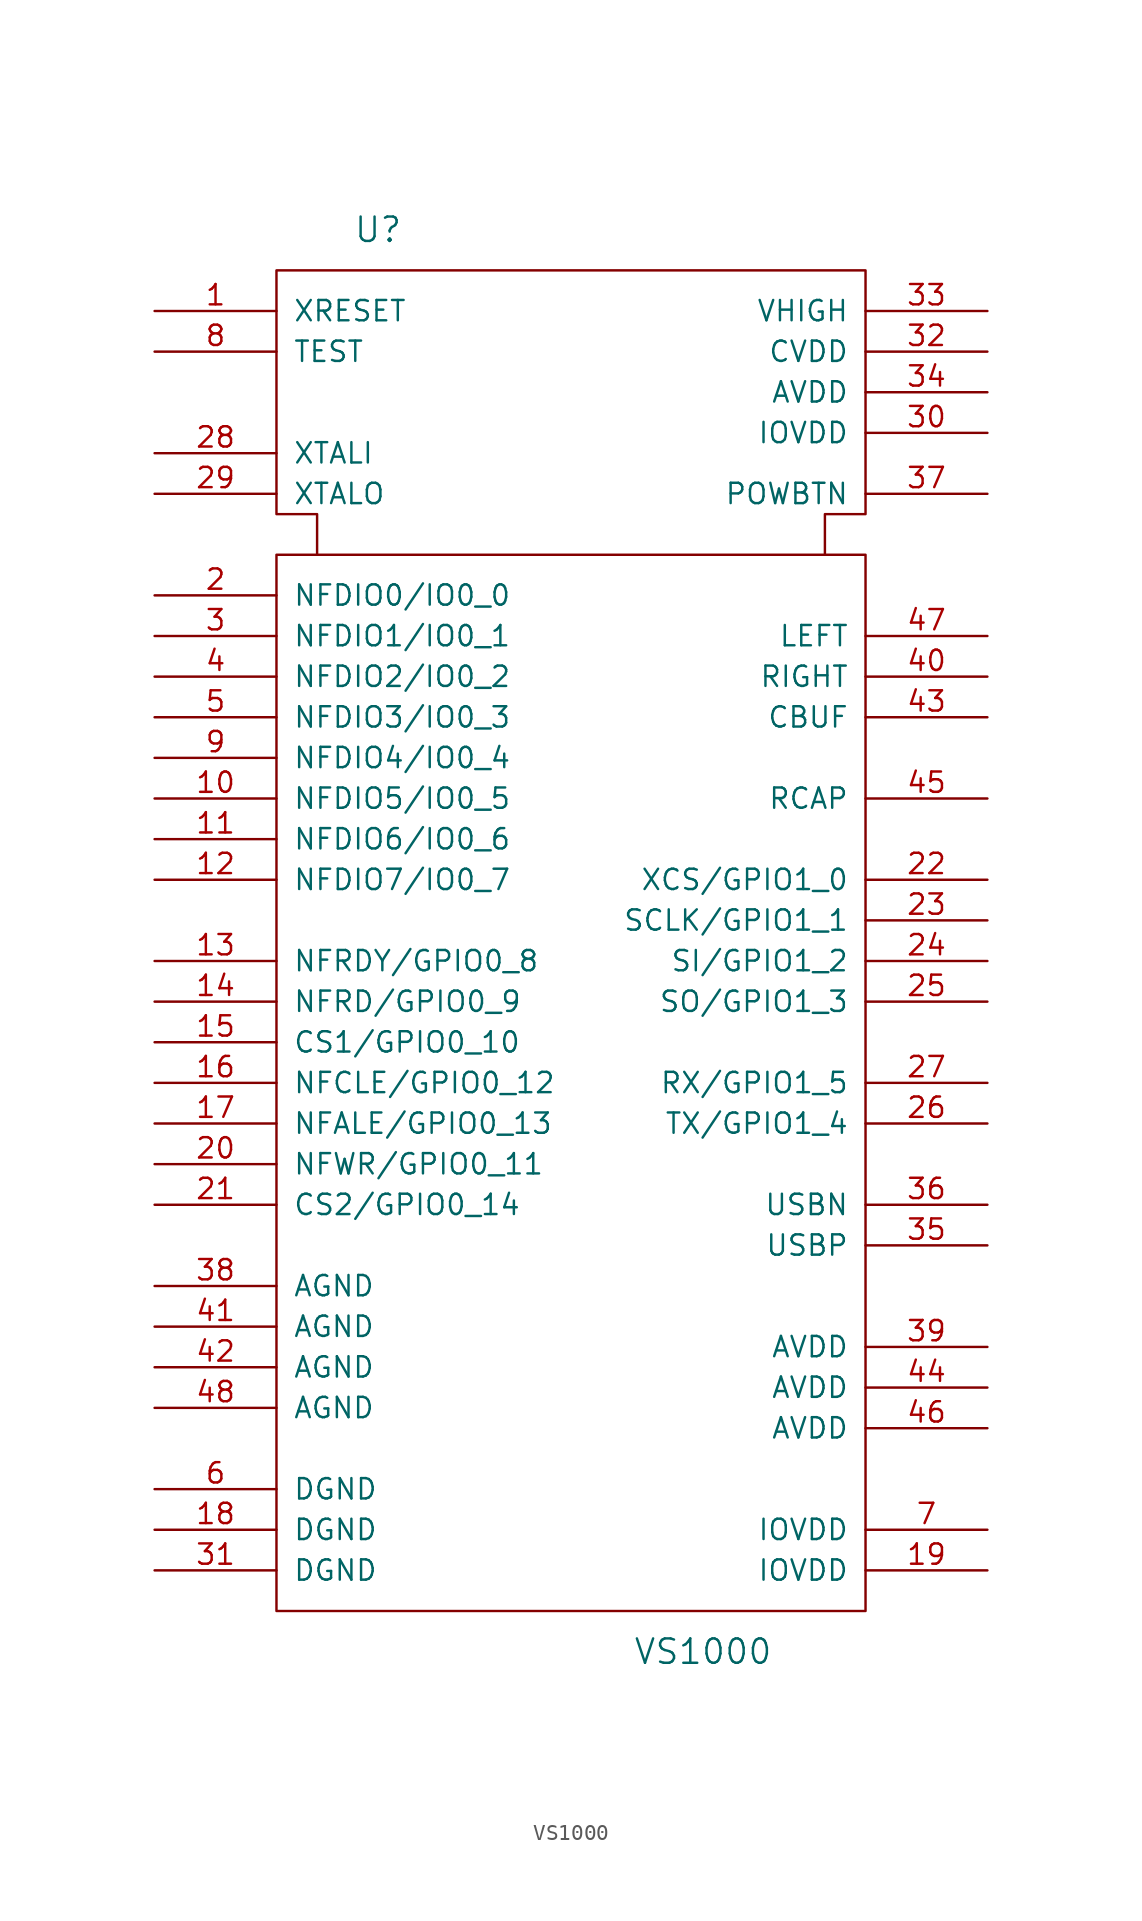
<source format=kicad_sym>
(kicad_symbol_lib
  (version 20211014)
  (generator kicad_symbol_editor)
  (symbol "VS1000"
    (pin_names
      (offset 1.016))
    (property "Reference" "U"
      (at -12.7 48.26 0)
      (effects (font (size 1.524 1.524))))
    (property "Value" "VS1000"
      (at 7.62 -40.64 0)
      (effects (font (size 1.524 1.524))))
    (property "Footprint" ""
      (at 0 0 0)
      (effects (font (size 1.524 1.524))))
    (property "Datasheet" ""
      (at 0 0 0)
      (effects (font (size 1.524 1.524))))
    (symbol "VS1000_0_1"
      (rectangle (start -19.05 27.94) (end 17.78 -38.1) (stroke (width 0) (type default) (color 0 0 0 0)) (fill (type none)))
      (polyline (pts (xy -16.51 27.94) (xy -16.51 30.48) (xy -19.05 30.48) (xy -19.05 45.72) (xy 17.78 45.72) (xy 17.78 30.48) (xy 15.24 30.48) (xy 15.24 27.94) (xy 15.24 27.94)) (stroke (width 0) (type default) (color 0 0 0 0)) (fill (type none))))
    (symbol "VS1000_1_1"
      (pin input line (at -26.67 43.18 0) (length 7.62) (name "XRESET" (effects (font (size 1.27 1.27)))) (number "1" (effects (font (size 1.27 1.27)))))
      (pin bidirectional line (at -26.67 12.7 0) (length 7.62) (name "NFDIO5/IO0_5" (effects (font (size 1.27 1.27)))) (number "10" (effects (font (size 1.27 1.27)))))
      (pin bidirectional line (at -26.67 10.16 0) (length 7.62) (name "NFDIO6/IO0_6" (effects (font (size 1.27 1.27)))) (number "11" (effects (font (size 1.27 1.27)))))
      (pin bidirectional line (at -26.67 7.62 0) (length 7.62) (name "NFDIO7/IO0_7" (effects (font (size 1.27 1.27)))) (number "12" (effects (font (size 1.27 1.27)))))
      (pin bidirectional line (at -26.67 2.54 0) (length 7.62) (name "NFRDY/GPIO0_8" (effects (font (size 1.27 1.27)))) (number "13" (effects (font (size 1.27 1.27)))))
      (pin bidirectional line (at -26.67 0 0) (length 7.62) (name "NFRD/GPIO0_9" (effects (font (size 1.27 1.27)))) (number "14" (effects (font (size 1.27 1.27)))))
      (pin bidirectional line (at -26.67 -2.54 0) (length 7.62) (name "CS1/GPIO0_10" (effects (font (size 1.27 1.27)))) (number "15" (effects (font (size 1.27 1.27)))))
      (pin bidirectional line (at -26.67 -5.08 0) (length 7.62) (name "NFCLE/GPIO0_12" (effects (font (size 1.27 1.27)))) (number "16" (effects (font (size 1.27 1.27)))))
      (pin bidirectional line (at -26.67 -7.62 0) (length 7.62) (name "NFALE/GPIO0_13" (effects (font (size 1.27 1.27)))) (number "17" (effects (font (size 1.27 1.27)))))
      (pin power_out line (at -26.67 -33.02 0) (length 7.62) (name "DGND" (effects (font (size 1.27 1.27)))) (number "18" (effects (font (size 1.27 1.27)))))
      (pin power_in line (at 25.4 -35.56 180) (length 7.62) (name "IOVDD" (effects (font (size 1.27 1.27)))) (number "19" (effects (font (size 1.27 1.27)))))
      (pin bidirectional line (at -26.67 25.4 0) (length 7.62) (name "NFDIO0/IO0_0" (effects (font (size 1.27 1.27)))) (number "2" (effects (font (size 1.27 1.27)))))
      (pin bidirectional line (at -26.67 -10.16 0) (length 7.62) (name "NFWR/GPIO0_11" (effects (font (size 1.27 1.27)))) (number "20" (effects (font (size 1.27 1.27)))))
      (pin bidirectional line (at -26.67 -12.7 0) (length 7.62) (name "CS2/GPIO0_14" (effects (font (size 1.27 1.27)))) (number "21" (effects (font (size 1.27 1.27)))))
      (pin bidirectional line (at 25.4 7.62 180) (length 7.62) (name "XCS/GPIO1_0" (effects (font (size 1.27 1.27)))) (number "22" (effects (font (size 1.27 1.27)))))
      (pin bidirectional line (at 25.4 5.08 180) (length 7.62) (name "SCLK/GPIO1_1" (effects (font (size 1.27 1.27)))) (number "23" (effects (font (size 1.27 1.27)))))
      (pin bidirectional line (at 25.4 2.54 180) (length 7.62) (name "SI/GPIO1_2" (effects (font (size 1.27 1.27)))) (number "24" (effects (font (size 1.27 1.27)))))
      (pin bidirectional line (at 25.4 0 180) (length 7.62) (name "SO/GPIO1_3" (effects (font (size 1.27 1.27)))) (number "25" (effects (font (size 1.27 1.27)))))
      (pin bidirectional line (at 25.4 -7.62 180) (length 7.62) (name "TX/GPIO1_4" (effects (font (size 1.27 1.27)))) (number "26" (effects (font (size 1.27 1.27)))))
      (pin bidirectional line (at 25.4 -5.08 180) (length 7.62) (name "RX/GPIO1_5" (effects (font (size 1.27 1.27)))) (number "27" (effects (font (size 1.27 1.27)))))
      (pin input line (at -26.67 34.29 0) (length 7.62) (name "XTALI" (effects (font (size 1.27 1.27)))) (number "28" (effects (font (size 1.27 1.27)))))
      (pin output line (at -26.67 31.75 0) (length 7.62) (name "XTALO" (effects (font (size 1.27 1.27)))) (number "29" (effects (font (size 1.27 1.27)))))
      (pin bidirectional line (at -26.67 22.86 0) (length 7.62) (name "NFDIO1/IO0_1" (effects (font (size 1.27 1.27)))) (number "3" (effects (font (size 1.27 1.27)))))
      (pin bidirectional line (at 25.4 35.56 180) (length 7.62) (name "IOVDD" (effects (font (size 1.27 1.27)))) (number "30" (effects (font (size 1.27 1.27)))))
      (pin power_out line (at -26.67 -35.56 0) (length 7.62) (name "DGND" (effects (font (size 1.27 1.27)))) (number "31" (effects (font (size 1.27 1.27)))))
      (pin output line (at 25.4 40.64 180) (length 7.62) (name "CVDD" (effects (font (size 1.27 1.27)))) (number "32" (effects (font (size 1.27 1.27)))))
      (pin input line (at 25.4 43.18 180) (length 7.62) (name "VHIGH" (effects (font (size 1.27 1.27)))) (number "33" (effects (font (size 1.27 1.27)))))
      (pin output line (at 25.4 38.1 180) (length 7.62) (name "AVDD" (effects (font (size 1.27 1.27)))) (number "34" (effects (font (size 1.27 1.27)))))
      (pin bidirectional line (at 25.4 -15.24 180) (length 7.62) (name "USBP" (effects (font (size 1.27 1.27)))) (number "35" (effects (font (size 1.27 1.27)))))
      (pin bidirectional line (at 25.4 -12.7 180) (length 7.62) (name "USBN" (effects (font (size 1.27 1.27)))) (number "36" (effects (font (size 1.27 1.27)))))
      (pin bidirectional line (at 25.4 31.75 180) (length 7.62) (name "POWBTN" (effects (font (size 1.27 1.27)))) (number "37" (effects (font (size 1.27 1.27)))))
      (pin power_out line (at -26.67 -17.78 0) (length 7.62) (name "AGND" (effects (font (size 1.27 1.27)))) (number "38" (effects (font (size 1.27 1.27)))))
      (pin power_in line (at 25.4 -21.59 180) (length 7.62) (name "AVDD" (effects (font (size 1.27 1.27)))) (number "39" (effects (font (size 1.27 1.27)))))
      (pin bidirectional line (at -26.67 20.32 0) (length 7.62) (name "NFDIO2/IO0_2" (effects (font (size 1.27 1.27)))) (number "4" (effects (font (size 1.27 1.27)))))
      (pin output line (at 25.4 20.32 180) (length 7.62) (name "RIGHT" (effects (font (size 1.27 1.27)))) (number "40" (effects (font (size 1.27 1.27)))))
      (pin power_out line (at -26.67 -20.32 0) (length 7.62) (name "AGND" (effects (font (size 1.27 1.27)))) (number "41" (effects (font (size 1.27 1.27)))))
      (pin power_out line (at -26.67 -22.86 0) (length 7.62) (name "AGND" (effects (font (size 1.27 1.27)))) (number "42" (effects (font (size 1.27 1.27)))))
      (pin output line (at 25.4 17.78 180) (length 7.62) (name "CBUF" (effects (font (size 1.27 1.27)))) (number "43" (effects (font (size 1.27 1.27)))))
      (pin power_in line (at 25.4 -24.13 180) (length 7.62) (name "AVDD" (effects (font (size 1.27 1.27)))) (number "44" (effects (font (size 1.27 1.27)))))
      (pin bidirectional line (at 25.4 12.7 180) (length 7.62) (name "RCAP" (effects (font (size 1.27 1.27)))) (number "45" (effects (font (size 1.27 1.27)))))
      (pin power_in line (at 25.4 -26.67 180) (length 7.62) (name "AVDD" (effects (font (size 1.27 1.27)))) (number "46" (effects (font (size 1.27 1.27)))))
      (pin output line (at 25.4 22.86 180) (length 7.62) (name "LEFT" (effects (font (size 1.27 1.27)))) (number "47" (effects (font (size 1.27 1.27)))))
      (pin power_out line (at -26.67 -25.4 0) (length 7.62) (name "AGND" (effects (font (size 1.27 1.27)))) (number "48" (effects (font (size 1.27 1.27)))))
      (pin bidirectional line (at -26.67 17.78 0) (length 7.62) (name "NFDIO3/IO0_3" (effects (font (size 1.27 1.27)))) (number "5" (effects (font (size 1.27 1.27)))))
      (pin power_out line (at -26.67 -30.48 0) (length 7.62) (name "DGND" (effects (font (size 1.27 1.27)))) (number "6" (effects (font (size 1.27 1.27)))))
      (pin power_in line (at 25.4 -33.02 180) (length 7.62) (name "IOVDD" (effects (font (size 1.27 1.27)))) (number "7" (effects (font (size 1.27 1.27)))))
      (pin input line (at -26.67 40.64 0) (length 7.62) (name "TEST" (effects (font (size 1.27 1.27)))) (number "8" (effects (font (size 1.27 1.27)))))
      (pin bidirectional line (at -26.67 15.24 0) (length 7.62) (name "NFDIO4/IO0_4" (effects (font (size 1.27 1.27)))) (number "9" (effects (font (size 1.27 1.27))))))))
</source>
